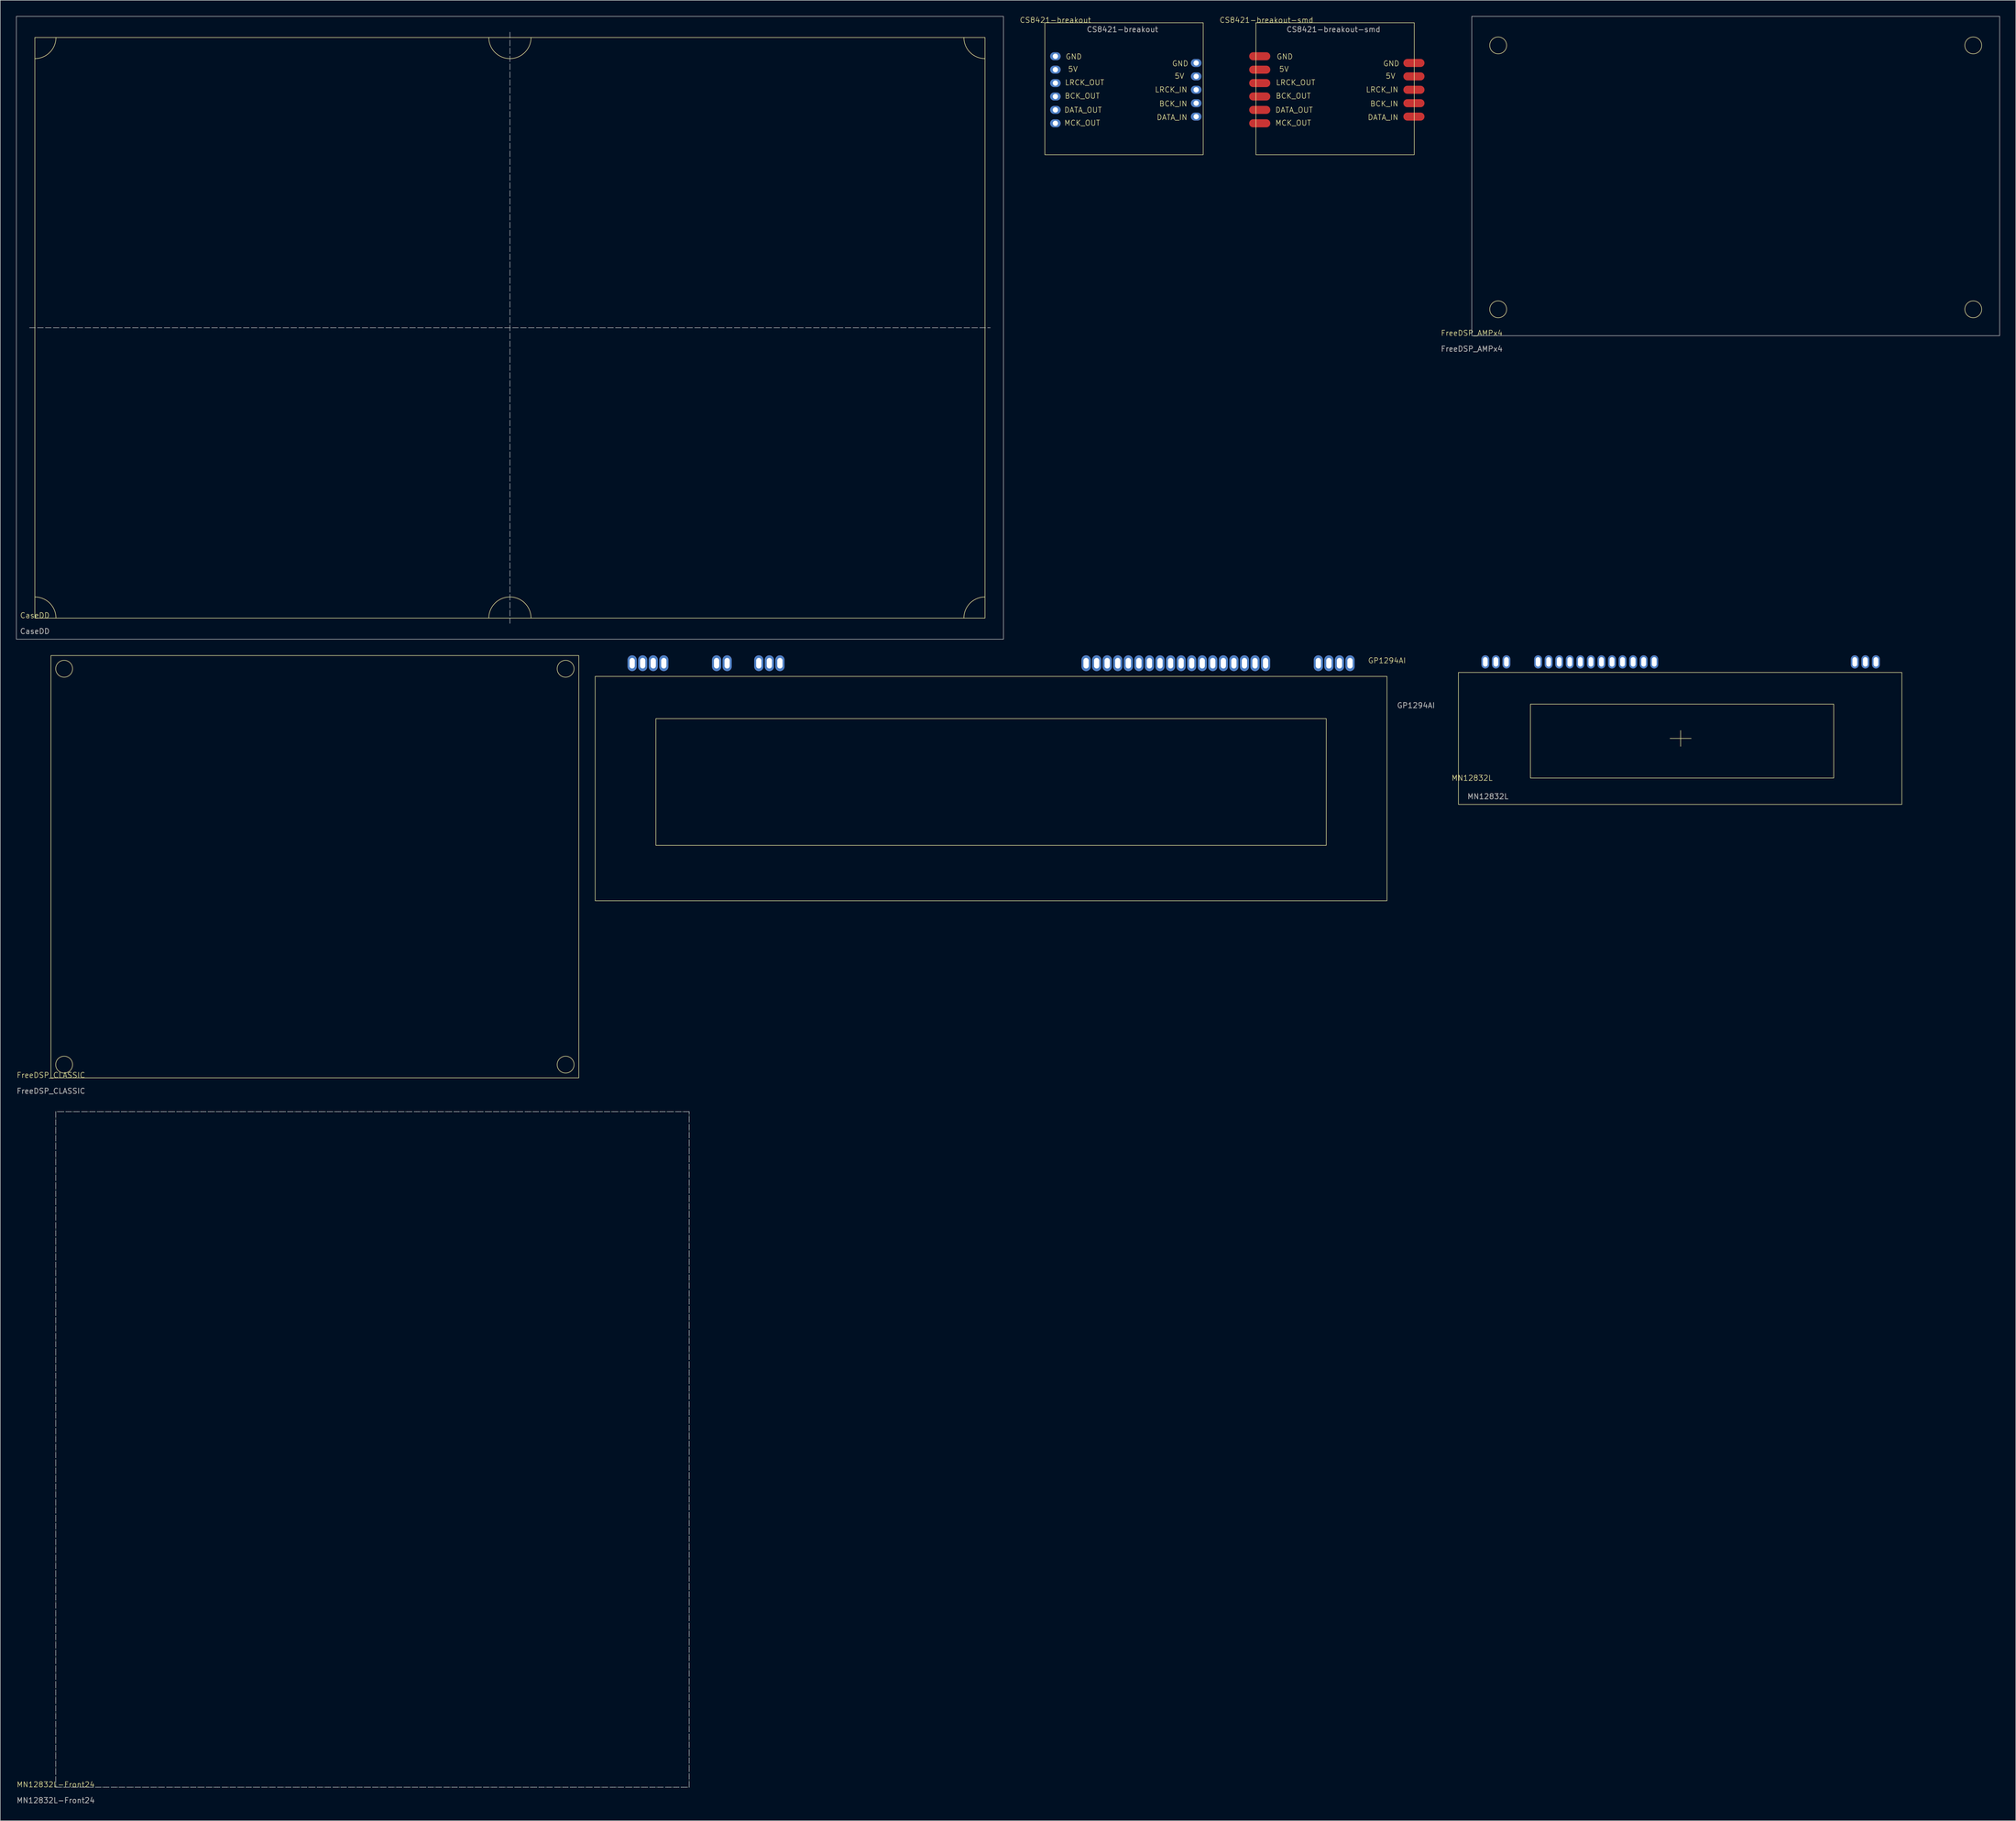
<source format=kicad_pcb>
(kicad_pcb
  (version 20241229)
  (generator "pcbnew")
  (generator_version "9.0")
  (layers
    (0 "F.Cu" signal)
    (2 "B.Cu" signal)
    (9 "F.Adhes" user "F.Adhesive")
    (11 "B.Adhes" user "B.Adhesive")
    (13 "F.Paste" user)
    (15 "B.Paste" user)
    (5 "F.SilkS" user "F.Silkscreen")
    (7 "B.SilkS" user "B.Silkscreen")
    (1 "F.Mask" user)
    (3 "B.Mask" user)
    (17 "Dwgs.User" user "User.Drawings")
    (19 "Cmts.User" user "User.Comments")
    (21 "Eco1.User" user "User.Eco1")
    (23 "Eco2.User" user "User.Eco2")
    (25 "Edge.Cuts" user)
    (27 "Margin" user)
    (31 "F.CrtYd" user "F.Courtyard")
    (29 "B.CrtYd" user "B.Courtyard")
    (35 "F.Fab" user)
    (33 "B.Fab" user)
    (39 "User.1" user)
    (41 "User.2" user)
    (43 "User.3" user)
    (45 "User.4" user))
  (footprint "GP1294AI"
    (layer "F.Cu")
    (at 259.701 122.6)
    (property "Reference" "GP1294AI" (at 0 -0.5 0) (unlocked yes) (layer "F.SilkS") (effects (font (size 1 1) (thickness 0.1))))
    (attr through_hole)
    (fp_rect (start -11.5 10.5) (end -138.5 34.5) (stroke (width 0.1) (type default)) (fill no) (layer "F.SilkS"))
    (fp_rect (start 0 2.5) (end -150 45) (stroke (width 0.1) (type default)) (fill no) (layer "F.SilkS"))
    (fp_text user "${REFERENCE}" (at 5.5 8 0) (unlocked yes) (layer "F.Fab") (effects (font (size 1 1) (thickness 0.15))))
    (pad "1" thru_hole oval (at -7 0) (size 1.75 3) (drill oval 1 2) (layers "*.Cu" "*.Mask"))
    (pad "2" thru_hole oval (at -9 0) (size 1.75 3) (drill oval 1 2) (layers "*.Cu" "*.Mask"))
    (pad "3" thru_hole oval (at -11 0) (size 1.75 3) (drill oval 1 2) (layers "*.Cu" "*.Mask"))
    (pad "4" thru_hole oval (at -13 0) (size 1.75 3) (drill oval 1 2) (layers "*.Cu" "*.Mask"))
    (pad "5" thru_hole oval (at -23 0) (size 1.75 3) (drill oval 1 2) (layers "*.Cu" "*.Mask"))
    (pad "6" thru_hole oval (at -25 0) (size 1.75 3) (drill oval 1 2) (layers "*.Cu" "*.Mask"))
    (pad "7" thru_hole oval (at -27 0) (size 1.75 3) (drill oval 1 2) (layers "*.Cu" "*.Mask"))
    (pad "8" thru_hole oval (at -29 0) (size 1.75 3) (drill oval 1 2) (layers "*.Cu" "*.Mask"))
    (pad "9" thru_hole oval (at -31 0) (size 1.75 3) (drill oval 1 2) (layers "*.Cu" "*.Mask"))
    (pad "10" thru_hole oval (at -33 0) (size 1.75 3) (drill oval 1 2) (layers "*.Cu" "*.Mask"))
    (pad "11" thru_hole oval (at -35 0) (size 1.75 3) (drill oval 1 2) (layers "*.Cu" "*.Mask"))
    (pad "12" thru_hole oval (at -37 0) (size 1.75 3) (drill oval 1 2) (layers "*.Cu" "*.Mask"))
    (pad "13" thru_hole oval (at -39 0) (size 1.75 3) (drill oval 1 2) (layers "*.Cu" "*.Mask"))
    (pad "14" thru_hole oval (at -41 0) (size 1.75 3) (drill oval 1 2) (layers "*.Cu" "*.Mask"))
    (pad "15" thru_hole oval (at -43 0) (size 1.75 3) (drill oval 1 2) (layers "*.Cu" "*.Mask"))
    (pad "16" thru_hole oval (at -45 0) (size 1.75 3) (drill oval 1 2) (layers "*.Cu" "*.Mask"))
    (pad "17" thru_hole oval (at -47 0) (size 1.75 3) (drill oval 1 2) (layers "*.Cu" "*.Mask"))
    (pad "18" thru_hole oval (at -49 0) (size 1.75 3) (drill oval 1 2) (layers "*.Cu" "*.Mask"))
    (pad "19" thru_hole oval (at -51 0) (size 1.75 3) (drill oval 1 2) (layers "*.Cu" "*.Mask"))
    (pad "20" thru_hole oval (at -53 0) (size 1.75 3) (drill oval 1 2) (layers "*.Cu" "*.Mask"))
    (pad "21" thru_hole oval (at -55 0) (size 1.75 3) (drill oval 1 2) (layers "*.Cu" "*.Mask"))
    (pad "22" thru_hole oval (at -57 0) (size 1.75 3) (drill oval 1 2) (layers "*.Cu" "*.Mask"))
    (pad "23" thru_hole oval (at -115 0) (size 1.75 3) (drill oval 1 2) (layers "*.Cu" "*.Mask"))
    (pad "24" thru_hole oval (at -117 0) (size 1.75 3) (drill oval 1 2) (layers "*.Cu" "*.Mask"))
    (pad "25" thru_hole oval (at -119 0) (size 1.75 3) (drill oval 1 2) (layers "*.Cu" "*.Mask"))
    (pad "26" thru_hole oval (at -125 0) (size 1.75 3) (drill oval 1 2) (layers "*.Cu" "*.Mask"))
    (pad "27" thru_hole oval (at -127 0) (size 1.75 3) (drill oval 1 2) (layers "*.Cu" "*.Mask"))
    (pad "28" thru_hole oval (at -137 0) (size 1.75 3) (drill oval 1 2) (layers "*.Cu" "*.Mask"))
    (pad "29" thru_hole oval (at -139 0) (size 1.75 3) (drill oval 1 2) (layers "*.Cu" "*.Mask"))
    (pad "30" thru_hole oval (at -141 0) (size 1.75 3) (drill oval 1 2) (layers "*.Cu" "*.Mask"))
    (pad "31" thru_hole oval (at -143 0) (size 1.75 3) (drill oval 1 2) (layers "*.Cu" "*.Mask")))
  (footprint "MN12832L-Front24"
    (layer "F.Cu")
    (at 7.506 335.548)
    (property "Reference" "MN12832L-Front24" (at 0 -0.5 0) (unlocked yes) (layer "F.SilkS") (effects (font (size 1 1) (thickness 0.1))))
    (fp_rect (start 0 0) (end 120 -128) (stroke (width 0.1) (type dot)) (fill no) (layer "F.SilkS"))
    (fp_rect (start 0 0) (end 120 -128) (stroke (width 0.1) (type dash)) (fill no) (layer "Dwgs.User"))
    (fp_text user "${REFERENCE}" (at 0 2.5 0) (unlocked yes) (layer "F.Fab") (effects (font (size 1 1) (thickness 0.15)))))
  (footprint "MN12832L"
    (layer "F.Cu")
    (at 315.329 136.85)
    (property "Reference" "MN12832L" (at -39.5 7.5 0) (unlocked yes) (layer "F.SilkS") (effects (font (size 1 1) (thickness 0.1))))
    (attr through_hole)
    (fp_line (start -2 0) (end 2 0) (stroke (width 0.1) (type default)) (layer "F.SilkS"))
    (fp_line (start 0 -1.5) (end 0 1.5) (stroke (width 0.1) (type default)) (layer "F.SilkS"))
    (fp_rect (start -42.09 12.5) (end 41.91 -12.5) (stroke (width 0.1) (type default)) (fill no) (layer "F.SilkS"))
    (fp_rect (start -28.45 7.5) (end 29 -6.5) (stroke (width 0.1) (type default)) (fill no) (layer "F.SilkS"))
    (fp_text user "${REFERENCE}" (at -36.5 11 0) (unlocked yes) (layer "F.Fab") (effects (font (size 1 1) (thickness 0.15))))
    (pad "1" thru_hole oval (at -37 -14.5) (size 1.5 2.5) (drill oval 0.9 1.8) (layers "*.Cu" "*.Mask"))
    (pad "2" thru_hole oval (at -35 -14.5) (size 1.5 2.5) (drill oval 0.9 1.8) (layers "*.Cu" "*.Mask"))
    (pad "3" thru_hole oval (at -33 -14.5) (size 1.5 2.5) (drill oval 0.9 1.8) (layers "*.Cu" "*.Mask"))
    (pad "6" thru_hole oval (at -27 -14.5) (size 1.5 2.5) (drill oval 0.9 1.8) (layers "*.Cu" "*.Mask"))
    (pad "7" thru_hole oval (at -25 -14.5) (size 1.5 2.5) (drill oval 0.9 1.8) (layers "*.Cu" "*.Mask"))
    (pad "8" thru_hole oval (at -23 -14.5) (size 1.5 2.5) (drill oval 0.9 1.8) (layers "*.Cu" "*.Mask"))
    (pad "9" thru_hole oval (at -21 -14.5) (size 1.5 2.5) (drill oval 0.9 1.8) (layers "*.Cu" "*.Mask"))
    (pad "10" thru_hole oval (at -19 -14.5) (size 1.5 2.5) (drill oval 0.9 1.8) (layers "*.Cu" "*.Mask"))
    (pad "11" thru_hole oval (at -17 -14.5) (size 1.5 2.5) (drill oval 0.9 1.8) (layers "*.Cu" "*.Mask"))
    (pad "12" thru_hole oval (at -15 -14.5) (size 1.5 2.5) (drill oval 0.9 1.8) (layers "*.Cu" "*.Mask"))
    (pad "13" thru_hole oval (at -13 -14.5) (size 1.5 2.5) (drill oval 0.9 1.8) (layers "*.Cu" "*.Mask"))
    (pad "14" thru_hole oval (at -11 -14.5) (size 1.5 2.5) (drill oval 0.9 1.8) (layers "*.Cu" "*.Mask"))
    (pad "15" thru_hole oval (at -9 -14.5) (size 1.5 2.5) (drill oval 0.9 1.8) (layers "*.Cu" "*.Mask"))
    (pad "16" thru_hole oval (at -7 -14.5) (size 1.5 2.5) (drill oval 0.9 1.8) (layers "*.Cu" "*.Mask"))
    (pad "17" thru_hole oval (at -5 -14.5) (size 1.5 2.5) (drill oval 0.9 1.8) (layers "*.Cu" "*.Mask"))
    (pad "36" thru_hole oval (at 33 -14.5) (size 1.5 2.5) (drill oval 0.9 1.8) (layers "*.Cu" "*.Mask"))
    (pad "37" thru_hole oval (at 35 -14.5) (size 1.5 2.5) (drill oval 0.9 1.8) (layers "*.Cu" "*.Mask"))
    (pad "38" thru_hole oval (at 37 -14.5) (size 1.5 2.5) (drill oval 0.9 1.8) (layers "*.Cu" "*.Mask")))
  (footprint "FreeDSP_AMPx4"
    (layer "F.Cu")
    (at 275.767 60.55)
    (property "Reference" "FreeDSP_AMPx4" (at 0 -0.5 0) (unlocked yes) (layer "F.SilkS") (effects (font (size 1 1) (thickness 0.1))))
    (attr smd)
    (fp_circle (center 5 -55) (end 6.6 -55) (stroke (width 0.1) (type default)) (fill no) (layer "F.SilkS"))
    (fp_circle (center 5 -5) (end 6.6 -5) (stroke (width 0.1) (type default)) (fill no) (layer "F.SilkS"))
    (fp_circle (center 95 -55) (end 96.6 -55) (stroke (width 0.1) (type default)) (fill no) (layer "F.SilkS"))
    (fp_circle (center 95 -5) (end 96.6 -5) (stroke (width 0.1) (type default)) (fill no) (layer "F.SilkS"))
    (fp_rect (start 0 -60.5) (end 100 0) (stroke (width 0.1) (type default)) (fill no) (layer "Dwgs.User"))
    (fp_text user "${REFERENCE}" (at 0 2.5 0) (unlocked yes) (layer "F.Fab") (effects (font (size 1 1) (thickness 0.15)))))
  (footprint "FreeDSP_CLASSIC"
    (layer "F.Cu")
    (at 6.601 201.15)
    (property "Reference" "FreeDSP_CLASSIC" (at 0 -0.5 0) (unlocked yes) (layer "F.SilkS") (effects (font (size 1 1) (thickness 0.1))))
    (fp_rect (start 0 -80) (end 100 0) (stroke (width 0.1) (type default)) (fill no) (layer "F.SilkS"))
    (fp_circle (center 2.5 -77.5) (end 4.1 -77.5) (stroke (width 0.1) (type default)) (fill no) (layer "F.SilkS"))
    (fp_circle (center 2.5 -2.5) (end 4.1 -2.5) (stroke (width 0.1) (type default)) (fill no) (layer "F.SilkS"))
    (fp_circle (center 97.5 -77.5) (end 99.1 -77.5) (stroke (width 0.1) (type default)) (fill no) (layer "F.SilkS"))
    (fp_circle (center 97.5 -2.5) (end 99.1 -2.5) (stroke (width 0.1) (type default)) (fill no) (layer "F.SilkS"))
    (fp_text user "${REFERENCE}" (at 0 2.5 0) (unlocked yes) (layer "F.Fab") (effects (font (size 1 1) (thickness 0.15)))))
  (footprint "CaseDD"
    (layer "F.Cu")
    (at 93.55 59.05)
    (property "Reference" "CaseDD" (at -90 54.5 0) (unlocked yes) (layer "F.SilkS") (effects (font (size 1 1) (thickness 0.1))))
    (attr through_hole)
    (fp_rect (start -90 55) (end 90 -55) (stroke (width 0.1) (type default)) (fill no) (layer "F.SilkS"))
    (fp_arc (start -90 51) (mid -87.171573 52.171573) (end -86 55) (stroke (width 0.1) (type default)) (layer "F.SilkS"))
    (fp_arc (start -86 -55) (mid -87.171573 -52.171573) (end -90 -51) (stroke (width 0.1) (type default)) (layer "F.SilkS"))
    (fp_arc (start -4 55) (mid 0 51) (end 4 55) (stroke (width 0.1) (type default)) (layer "F.SilkS"))
    (fp_arc (start 4 -55) (mid 0 -51) (end -4 -55) (stroke (width 0.1) (type default)) (layer "F.SilkS"))
    (fp_arc (start 86 55) (mid 87.171573 52.171573) (end 90 51) (stroke (width 0.1) (type default)) (layer "F.SilkS"))
    (fp_arc (start 90 -51) (mid 87.171573 -52.171573) (end 86 -55) (stroke (width 0.1) (type default)) (layer "F.SilkS"))
    (fp_line (start -91 0) (end 91 0) (stroke (width 0.1) (type dash)) (layer "Dwgs.User"))
    (fp_line (start 0 -56) (end 0 56) (stroke (width 0.1) (type dash)) (layer "Dwgs.User"))
    (fp_rect (start -93.5 -59) (end 93.5 59) (stroke (width 0.1) (type default)) (fill no) (layer "Dwgs.User"))
    (fp_text user "${REFERENCE}" (at -90 57.5 0) (unlocked yes) (layer "F.Fab") (effects (font (size 1 1) (thickness 0.15)))))
  (footprint "CS8421-breakout-smd"
    (layer "F.Cu")
    (at 249.569 13.96)
    (property "Reference" "CS8421-breakout-smd" (at -12.7 -13.2 0) (unlocked yes) (layer "F.SilkS") (effects (font (size 1 1) (thickness 0.1))))
    (attr smd)
    (fp_rect (start -14.7 -12.7) (end 15.3 12.3) (stroke (width 0.1) (type default)) (fill no) (layer "F.SilkS"))
    (fp_text user "BCK_OUT" (at -10.986 1.746 0) (unlocked yes) (layer "F.SilkS") (effects (font (size 1 1) (thickness 0.1)) (justify left bottom)))
    (fp_text user "LRCK_IN" (at 6.101 0.562 0) (unlocked yes) (layer "F.SilkS") (effects (font (size 1 1) (thickness 0.1)) (justify left bottom)))
    (fp_text user "LRCK_OUT" (at -10.944 -0.792 0) (unlocked yes) (layer "F.SilkS") (effects (font (size 1 1) (thickness 0.1)) (justify left bottom)))
    (fp_text user "GND" (at -10.817 -5.698 0) (unlocked yes) (layer "F.SilkS") (effects (font (size 1 1) (thickness 0.1)) (justify left bottom)))
    (fp_text user "DATA_IN" (at 6.44 5.807 0) (unlocked yes) (layer "F.SilkS") (effects (font (size 1 1) (thickness 0.1)) (justify left bottom)))
    (fp_text user "BCK_IN" (at 6.905 3.227 0) (unlocked yes) (layer "F.SilkS") (effects (font (size 1 1) (thickness 0.1)) (justify left bottom)))
    (fp_text user "DATA_OUT" (at -11.071 4.411 0) (unlocked yes) (layer "F.SilkS") (effects (font (size 1 1) (thickness 0.1)) (justify left bottom)))
    (fp_text user "GND" (at 9.358 -4.387 0) (unlocked yes) (layer "F.SilkS") (effects (font (size 1 1) (thickness 0.1)) (justify left bottom)))
    (fp_text user "5V" (at -10.352 -3.329 0) (unlocked yes) (layer "F.SilkS") (effects (font (size 1 1) (thickness 0.1)) (justify left bottom)))
    (fp_text user "MCK_OUT" (at -11.071 6.864 0) (unlocked yes) (layer "F.SilkS") (effects (font (size 1 1) (thickness 0.1)) (justify left bottom)))
    (fp_text user "5V" (at 9.823 -2.018 0) (unlocked yes) (layer "F.SilkS") (effects (font (size 1 1) (thickness 0.1)) (justify left bottom)))
    (fp_text user "${REFERENCE}" (at 0 -11.43 0) (unlocked yes) (layer "F.Fab") (effects (font (size 1 1) (thickness 0.15))))
    (pad "1" smd oval (at -13.97 -6.35) (size 4 1.524) (layers "F.Cu" "F.Mask" "F.Paste"))
    (pad "2" smd oval (at -13.97 -3.81) (size 4 1.524) (layers "F.Cu" "F.Mask" "F.Paste"))
    (pad "3" smd oval (at -13.97 -1.27) (size 4 1.524) (layers "F.Cu" "F.Mask" "F.Paste"))
    (pad "4" smd oval (at -13.97 1.27) (size 4 1.524) (layers "F.Cu" "F.Mask" "F.Paste"))
    (pad "5" smd oval (at -13.97 3.81) (size 4 1.524) (layers "F.Cu" "F.Mask" "F.Paste"))
    (pad "6" smd oval (at -13.97 6.35) (size 4 1.524) (layers "F.Cu" "F.Mask" "F.Paste"))
    (pad "7" smd oval (at 15.24 5.08) (size 4 1.524) (layers "F.Cu" "F.Mask" "F.Paste"))
    (pad "8" smd oval (at 15.24 2.54) (size 4 1.524) (layers "F.Cu" "F.Mask" "F.Paste"))
    (pad "9" smd oval (at 15.24 0) (size 4 1.524) (layers "F.Cu" "F.Mask" "F.Paste"))
    (pad "10" smd oval (at 15.24 -2.54) (size 4 1.524) (layers "F.Cu" "F.Mask" "F.Paste"))
    (pad "11" smd oval (at 15.24 -5.08) (size 4 1.524) (layers "F.Cu" "F.Mask" "F.Paste")))
  (footprint "CS8421-breakout"
    (layer "F.Cu")
    (at 209.588 13.96)
    (property "Reference" "CS8421-breakout" (at -12.7 -13.2 0) (unlocked yes) (layer "F.SilkS") (effects (font (size 1 1) (thickness 0.1))))
    (attr through_hole)
    (fp_rect (start -14.7 -12.7) (end 15.3 12.3) (stroke (width 0.1) (type default)) (fill no) (layer "F.SilkS"))
    (fp_text user "DATA_OUT" (at -11.071 4.411 0) (unlocked yes) (layer "F.SilkS") (effects (font (size 1 1) (thickness 0.1)) (justify left bottom)))
    (fp_text user "LRCK_OUT" (at -10.944 -0.792 0) (unlocked yes) (layer "F.SilkS") (effects (font (size 1 1) (thickness 0.1)) (justify left bottom)))
    (fp_text user "GND" (at -10.817 -5.698 0) (unlocked yes) (layer "F.SilkS") (effects (font (size 1 1) (thickness 0.1)) (justify left bottom)))
    (fp_text user "LRCK_IN" (at 6.101 0.562 0) (unlocked yes) (layer "F.SilkS") (effects (font (size 1 1) (thickness 0.1)) (justify left bottom)))
    (fp_text user "5V" (at -10.352 -3.329 0) (unlocked yes) (layer "F.SilkS") (effects (font (size 1 1) (thickness 0.1)) (justify left bottom)))
    (fp_text user "5V" (at 9.823 -2.018 0) (unlocked yes) (layer "F.SilkS") (effects (font (size 1 1) (thickness 0.1)) (justify left bottom)))
    (fp_text user "GND" (at 9.358 -4.387 0) (unlocked yes) (layer "F.SilkS") (effects (font (size 1 1) (thickness 0.1)) (justify left bottom)))
    (fp_text user "BCK_OUT" (at -10.986 1.746 0) (unlocked yes) (layer "F.SilkS") (effects (font (size 1 1) (thickness 0.1)) (justify left bottom)))
    (fp_text user "BCK_IN" (at 6.905 3.227 0) (unlocked yes) (layer "F.SilkS") (effects (font (size 1 1) (thickness 0.1)) (justify left bottom)))
    (fp_text user "DATA_IN" (at 6.44 5.807 0) (unlocked yes) (layer "F.SilkS") (effects (font (size 1 1) (thickness 0.1)) (justify left bottom)))
    (fp_text user "MCK_OUT" (at -11.071 6.864 0) (unlocked yes) (layer "F.SilkS") (effects (font (size 1 1) (thickness 0.1)) (justify left bottom)))
    (fp_text user "${REFERENCE}" (at 0 -11.43 0) (unlocked yes) (layer "F.Fab") (effects (font (size 1 1) (thickness 0.15))))
    (pad "1" thru_hole oval (at -12.7 -6.35) (size 2 1.524) (drill 1) (layers "*.Cu" "*.Mask"))
    (pad "2" thru_hole oval (at -12.7 -3.81) (size 2 1.524) (drill 1) (layers "*.Cu" "*.Mask"))
    (pad "3" thru_hole oval (at -12.7 -1.27) (size 2 1.524) (drill 1) (layers "*.Cu" "*.Mask"))
    (pad "4" thru_hole oval (at -12.7 1.27) (size 2 1.524) (drill 1) (layers "*.Cu" "*.Mask"))
    (pad "5" thru_hole oval (at -12.7 3.81) (size 2 1.524) (drill 1) (layers "*.Cu" "*.Mask"))
    (pad "6" thru_hole oval (at -12.7 6.35) (size 2 1.524) (drill 1) (layers "*.Cu" "*.Mask"))
    (pad "7" thru_hole oval (at 13.97 5.08) (size 2 1.524) (drill 1) (layers "*.Cu" "*.Mask"))
    (pad "8" thru_hole oval (at 13.97 2.54) (size 2 1.524) (drill 1) (layers "*.Cu" "*.Mask"))
    (pad "9" thru_hole oval (at 13.97 0) (size 2 1.524) (drill 1) (layers "*.Cu" "*.Mask"))
    (pad "10" thru_hole oval (at 13.97 -2.54) (size 2 1.524) (drill 1) (layers "*.Cu" "*.Mask"))
    (pad "11" thru_hole oval (at 13.97 -5.08) (size 2 1.524) (drill 1) (layers "*.Cu" "*.Mask")))
  (gr_rect
    (start -3 -3)
    (end 378.817 341.897)
    (stroke (width 0.1) (type default))
    (fill no)
    (layer "Edge.Cuts")))
</source>
